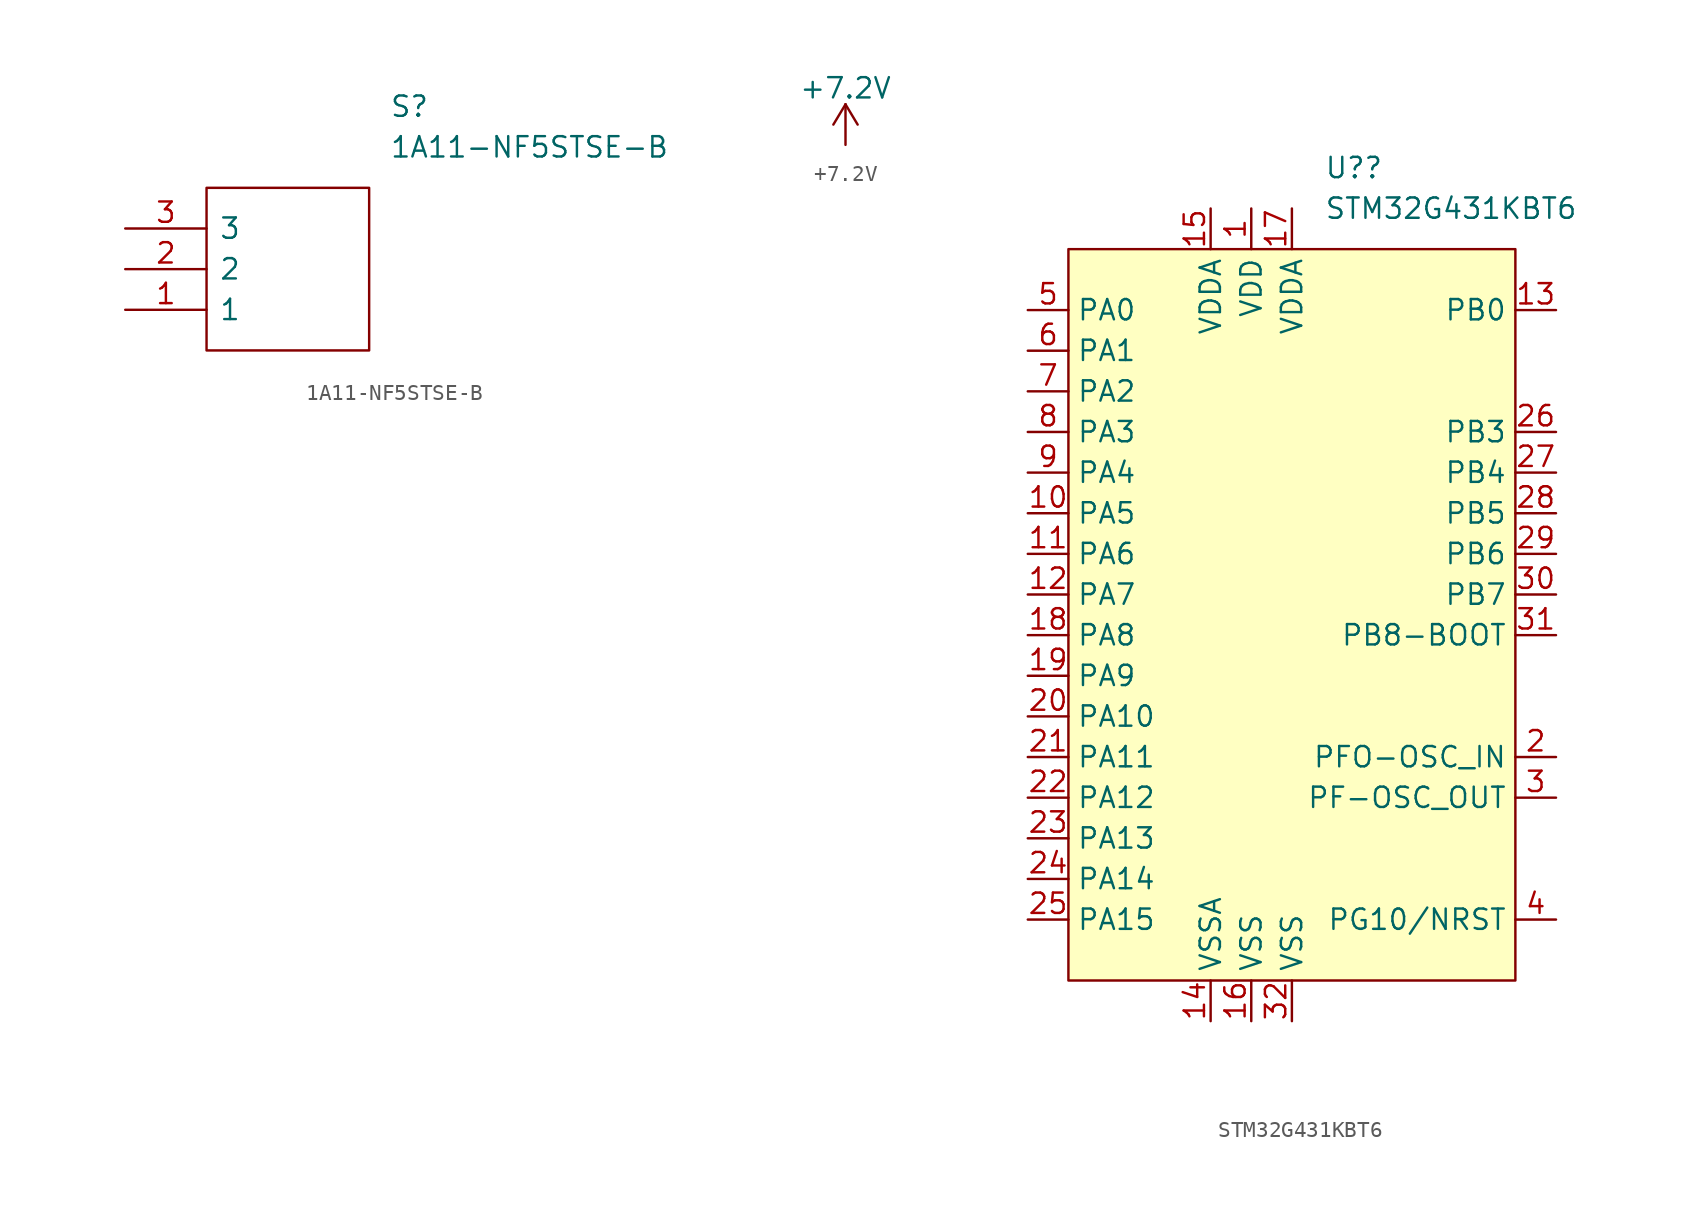
<source format=kicad_sym>
(kicad_symbol_lib
  (version 20211014)
  (generator kicad_symbol_editor)
  (symbol "1A11-NF5STSE-B"
    (pin_names
      (offset 0.762))
    (property "Reference" "S"
      (at 16.51 7.62 0)
      (effects (font (size 1.27 1.27)) (justify left)))
    (property "Value" "1A11-NF5STSE-B"
      (at 16.51 5.08 0)
      (effects (font (size 1.27 1.27)) (justify left)))
    (symbol "1A11-NF5STSE-B_0_0"
      (pin passive line (at 0 -5.08 0) (length 5.08) (name "1" (effects (font (size 1.27 1.27)))) (number "1" (effects (font (size 1.27 1.27)))))
      (pin passive line (at 0 -2.54 0) (length 5.08) (name "2" (effects (font (size 1.27 1.27)))) (number "2" (effects (font (size 1.27 1.27)))))
      (pin passive line (at 0 0 0) (length 5.08) (name "3" (effects (font (size 1.27 1.27)))) (number "3" (effects (font (size 1.27 1.27))))))
    (symbol "1A11-NF5STSE-B_0_1"
      (polyline (pts (xy 5.08 2.54) (xy 15.24 2.54) (xy 15.24 -7.62) (xy 5.08 -7.62) (xy 5.08 2.54)) (stroke (width 0.152) (type default) (color 0 0 0 0)) (fill (type none)))))
  (symbol "+7.2V"
    (power)
    (pin_names
      (offset 0))
    (property "Reference" "#PWR"
      (at 0 -3.81 0)
      (effects (font (size 1.27 1.27)) hide))
    (property "Value" "+7.2V"
      (at 0 3.556 0)
      (effects (font (size 1.27 1.27))))
    (symbol "+7.2V_0_1"
      (polyline (pts (xy -0.762 1.27) (xy 0 2.54)) (stroke (width 0) (type default) (color 0 0 0 0)) (fill (type none)))
      (polyline (pts (xy 0 0) (xy 0 2.54)) (stroke (width 0) (type default) (color 0 0 0 0)) (fill (type none)))
      (polyline (pts (xy 0 2.54) (xy 0.762 1.27)) (stroke (width 0) (type default) (color 0 0 0 0)) (fill (type none))))
    (symbol "+7.2V_1_1"
      (pin power_in line (at 0 0 90) (length 0) hide (name "+7.2V" (effects (font (size 1.27 1.27)))) (number "1" (effects (font (size 1.27 1.27)))))))
  (symbol "STM32G431KBT6"
    (property "Reference" "U?"
      (at 2.019 26.67 0)
      (effects (font (size 1.27 1.27)) (justify left)))
    (property "Value" "STM32G431KBT6"
      (at 2.019 24.13 0)
      (effects (font (size 1.27 1.27)) (justify left)))
    (symbol "STM32G431KBT6_0_1"
      (rectangle (start 13.97 -24.13) (end -13.97 21.59) (stroke (width 0) (type default) (color 0 0 0 0)) (fill (type background))))
    (symbol "STM32G431KBT6_1_1"
      (pin power_in line (at -2.54 24.13 270) (length 2.54) (name "VDD" (effects (font (size 1.27 1.27)))) (number "1" (effects (font (size 1.27 1.27)))))
      (pin bidirectional line (at -16.51 5.08 0) (length 2.54) (name "PA5" (effects (font (size 1.27 1.27)))) (number "10" (effects (font (size 1.27 1.27)))))
      (pin bidirectional line (at -16.51 2.54 0) (length 2.54) (name "PA6" (effects (font (size 1.27 1.27)))) (number "11" (effects (font (size 1.27 1.27)))))
      (pin bidirectional line (at -16.51 0 0) (length 2.54) (name "PA7" (effects (font (size 1.27 1.27)))) (number "12" (effects (font (size 1.27 1.27)))))
      (pin bidirectional line (at 16.51 17.78 180) (length 2.54) (name "PB0" (effects (font (size 1.27 1.27)))) (number "13" (effects (font (size 1.27 1.27)))))
      (pin power_in line (at -5.08 -26.67 90) (length 2.54) (name "VSSA" (effects (font (size 1.27 1.27)))) (number "14" (effects (font (size 1.27 1.27)))))
      (pin power_in line (at -5.08 24.13 270) (length 2.54) (name "VDDA" (effects (font (size 1.27 1.27)))) (number "15" (effects (font (size 1.27 1.27)))))
      (pin power_in line (at -2.54 -26.67 90) (length 2.54) (name "VSS" (effects (font (size 1.27 1.27)))) (number "16" (effects (font (size 1.27 1.27)))))
      (pin power_in line (at 0 24.13 270) (length 2.54) (name "VDDA" (effects (font (size 1.27 1.27)))) (number "17" (effects (font (size 1.27 1.27)))))
      (pin bidirectional line (at -16.51 -2.54 0) (length 2.54) (name "PA8" (effects (font (size 1.27 1.27)))) (number "18" (effects (font (size 1.27 1.27)))))
      (pin bidirectional line (at -16.51 -5.08 0) (length 2.54) (name "PA9" (effects (font (size 1.27 1.27)))) (number "19" (effects (font (size 1.27 1.27)))))
      (pin bidirectional line (at 16.51 -10.16 180) (length 2.54) (name "PFO-OSC_IN" (effects (font (size 1.27 1.27)))) (number "2" (effects (font (size 1.27 1.27)))))
      (pin bidirectional line (at -16.51 -7.62 0) (length 2.54) (name "PA10" (effects (font (size 1.27 1.27)))) (number "20" (effects (font (size 1.27 1.27)))))
      (pin bidirectional line (at -16.51 -10.16 0) (length 2.54) (name "PA11" (effects (font (size 1.27 1.27)))) (number "21" (effects (font (size 1.27 1.27)))))
      (pin bidirectional line (at -16.51 -12.7 0) (length 2.54) (name "PA12" (effects (font (size 1.27 1.27)))) (number "22" (effects (font (size 1.27 1.27)))))
      (pin bidirectional line (at -16.51 -15.24 0) (length 2.54) (name "PA13" (effects (font (size 1.27 1.27)))) (number "23" (effects (font (size 1.27 1.27)))))
      (pin bidirectional line (at -16.51 -17.78 0) (length 2.54) (name "PA14" (effects (font (size 1.27 1.27)))) (number "24" (effects (font (size 1.27 1.27)))))
      (pin bidirectional line (at -16.51 -20.32 0) (length 2.54) (name "PA15" (effects (font (size 1.27 1.27)))) (number "25" (effects (font (size 1.27 1.27)))))
      (pin bidirectional line (at 16.51 10.16 180) (length 2.54) (name "PB3" (effects (font (size 1.27 1.27)))) (number "26" (effects (font (size 1.27 1.27)))))
      (pin bidirectional line (at 16.51 7.62 180) (length 2.54) (name "PB4" (effects (font (size 1.27 1.27)))) (number "27" (effects (font (size 1.27 1.27)))))
      (pin bidirectional line (at 16.51 5.08 180) (length 2.54) (name "PB5" (effects (font (size 1.27 1.27)))) (number "28" (effects (font (size 1.27 1.27)))))
      (pin bidirectional line (at 16.51 2.54 180) (length 2.54) (name "PB6" (effects (font (size 1.27 1.27)))) (number "29" (effects (font (size 1.27 1.27)))))
      (pin bidirectional line (at 16.51 -12.7 180) (length 2.54) (name "PF-OSC_OUT" (effects (font (size 1.27 1.27)))) (number "3" (effects (font (size 1.27 1.27)))))
      (pin bidirectional line (at 16.51 0 180) (length 2.54) (name "PB7" (effects (font (size 1.27 1.27)))) (number "30" (effects (font (size 1.27 1.27)))))
      (pin bidirectional line (at 16.51 -2.54 180) (length 2.54) (name "PB8-BOOT" (effects (font (size 1.27 1.27)))) (number "31" (effects (font (size 1.27 1.27)))))
      (pin power_in line (at 0 -26.67 90) (length 2.54) (name "VSS" (effects (font (size 1.27 1.27)))) (number "32" (effects (font (size 1.27 1.27)))))
      (pin bidirectional line (at 16.51 -20.32 180) (length 2.54) (name "PG10/NRST" (effects (font (size 1.27 1.27)))) (number "4" (effects (font (size 1.27 1.27)))))
      (pin bidirectional line (at -16.51 17.78 0) (length 2.54) (name "PA0" (effects (font (size 1.27 1.27)))) (number "5" (effects (font (size 1.27 1.27)))))
      (pin bidirectional line (at -16.51 15.24 0) (length 2.54) (name "PA1" (effects (font (size 1.27 1.27)))) (number "6" (effects (font (size 1.27 1.27)))))
      (pin bidirectional line (at -16.51 12.7 0) (length 2.54) (name "PA2" (effects (font (size 1.27 1.27)))) (number "7" (effects (font (size 1.27 1.27)))))
      (pin bidirectional line (at -16.51 10.16 0) (length 2.54) (name "PA3" (effects (font (size 1.27 1.27)))) (number "8" (effects (font (size 1.27 1.27)))))
      (pin bidirectional line (at -16.51 7.62 0) (length 2.54) (name "PA4" (effects (font (size 1.27 1.27)))) (number "9" (effects (font (size 1.27 1.27))))))))
</source>
